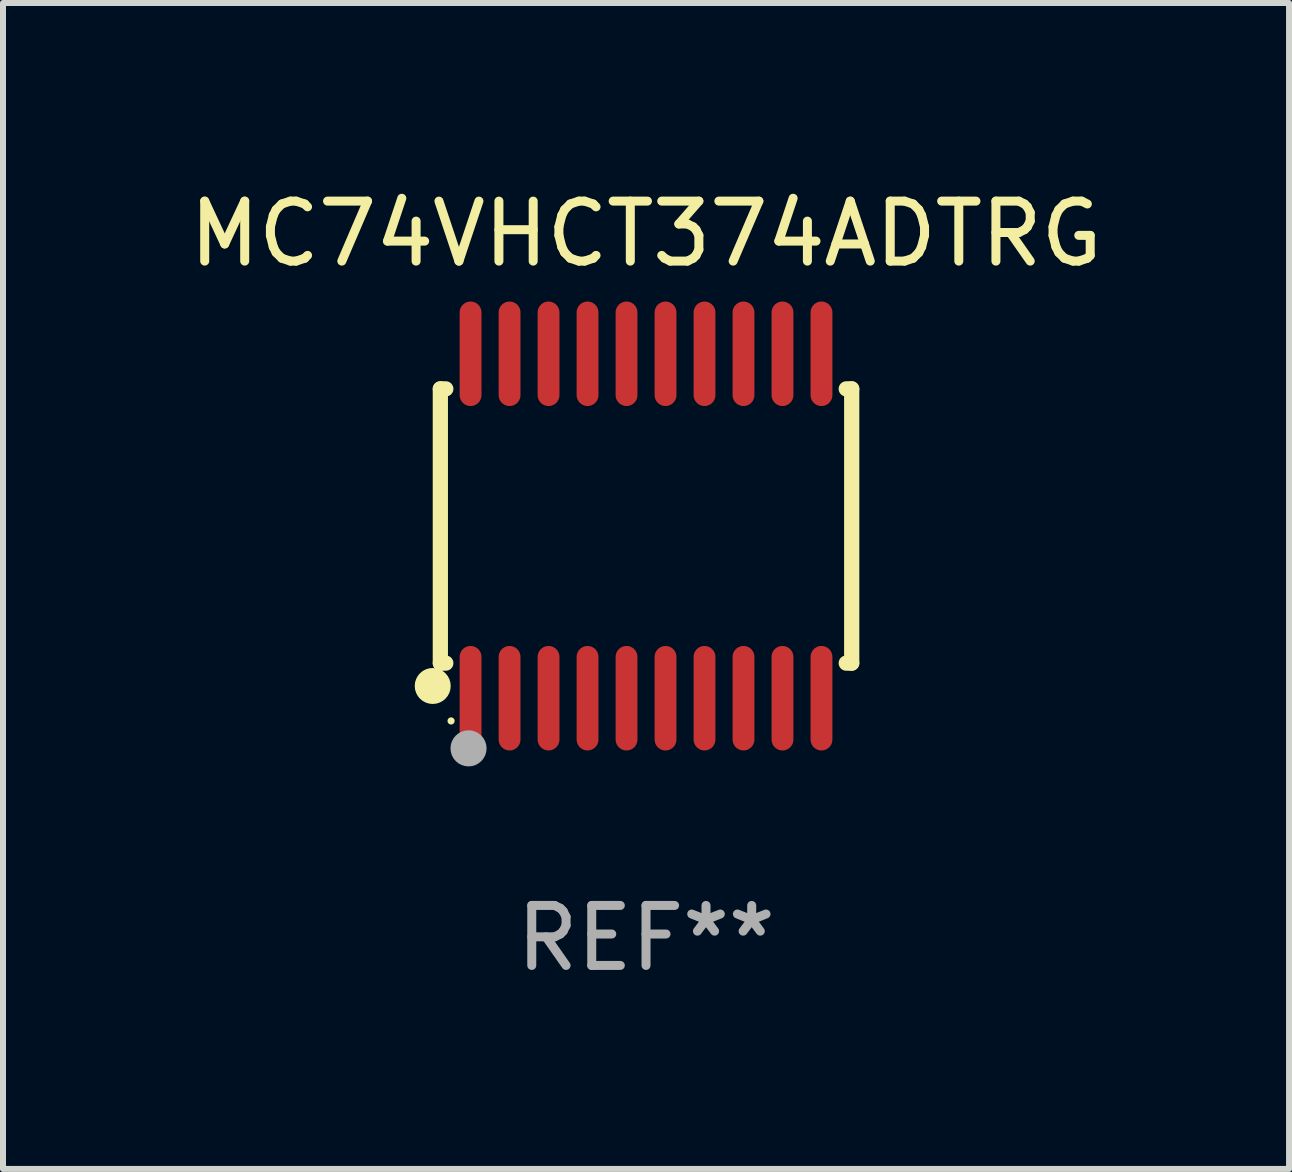
<source format=kicad_pcb>
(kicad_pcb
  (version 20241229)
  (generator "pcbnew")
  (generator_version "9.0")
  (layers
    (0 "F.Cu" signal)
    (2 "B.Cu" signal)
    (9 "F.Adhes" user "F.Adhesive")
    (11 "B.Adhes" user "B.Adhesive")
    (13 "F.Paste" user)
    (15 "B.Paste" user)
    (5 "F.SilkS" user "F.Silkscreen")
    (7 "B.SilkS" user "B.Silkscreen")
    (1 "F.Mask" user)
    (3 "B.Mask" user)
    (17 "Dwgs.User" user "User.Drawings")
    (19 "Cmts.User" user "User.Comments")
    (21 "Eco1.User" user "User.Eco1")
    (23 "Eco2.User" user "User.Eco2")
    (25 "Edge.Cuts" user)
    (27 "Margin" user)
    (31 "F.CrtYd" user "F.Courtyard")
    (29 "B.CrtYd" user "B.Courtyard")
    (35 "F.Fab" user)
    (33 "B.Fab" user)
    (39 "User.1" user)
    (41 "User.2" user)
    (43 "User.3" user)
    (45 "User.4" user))
  (footprint "MC74VHCT374ADTRG"
    (layer "F.Cu")
    (at 7.72 5.719)
    (property "Reference" "MC74VHCT374ADTRG" (at 0 -4.871 0) (layer "F.SilkS") (effects (font (size 1 1) (thickness 0.15))))
    (attr through_hole)
    (fp_line (start -3.429 -2.286) (end -3.429 2.286) (stroke (width 0.254) (type solid)) (layer "F.SilkS"))
    (fp_line (start -3.429 2.286) (end -3.338 2.286) (stroke (width 0.254) (type solid)) (layer "F.SilkS"))
    (fp_line (start -3.338 -2.286) (end -3.429 -2.286) (stroke (width 0.254) (type solid)) (layer "F.SilkS"))
    (fp_line (start 3.338 -2.286) (end 3.429 -2.286) (stroke (width 0.254) (type solid)) (layer "F.SilkS"))
    (fp_line (start 3.429 -2.286) (end 3.429 2.286) (stroke (width 0.254) (type solid)) (layer "F.SilkS"))
    (fp_line (start 3.429 2.286) (end 3.338 2.286) (stroke (width 0.254) (type solid)) (layer "F.SilkS"))
    (fp_circle (center -3.556 2.667) (end -3.406 2.667) (stroke (width 0.3) (type solid)) (fill no) (layer "F.SilkS"))
    (fp_circle (center -3.25 3.25) (end -3.22 3.25) (stroke (width 0.06) (type solid)) (fill no) (layer "F.SilkS"))
    (fp_circle (center -2.959 3.707) (end -2.808 3.707) (stroke (width 0.3) (type solid)) (fill no) (layer "F.Fab"))
    (fp_text user "REF**" (at 0 6.871 0) (layer "F.Fab") (effects (font (size 1 1) (thickness 0.15))))
    (pad "1" smd oval (at -2.925 2.871) (size 0.364 1.742) (layers "F.Cu" "F.Mask" "F.Paste"))
    (pad "2" smd oval (at -2.275 2.871) (size 0.364 1.742) (layers "F.Cu" "F.Mask" "F.Paste"))
    (pad "3" smd oval (at -1.625 2.871) (size 0.364 1.742) (layers "F.Cu" "F.Mask" "F.Paste"))
    (pad "4" smd oval (at -0.975 2.871) (size 0.364 1.742) (layers "F.Cu" "F.Mask" "F.Paste"))
    (pad "5" smd oval (at -0.325 2.871) (size 0.364 1.742) (layers "F.Cu" "F.Mask" "F.Paste"))
    (pad "6" smd oval (at 0.325 2.871) (size 0.364 1.742) (layers "F.Cu" "F.Mask" "F.Paste"))
    (pad "7" smd oval (at 0.975 2.871) (size 0.364 1.742) (layers "F.Cu" "F.Mask" "F.Paste"))
    (pad "8" smd oval (at 1.625 2.871) (size 0.364 1.742) (layers "F.Cu" "F.Mask" "F.Paste"))
    (pad "9" smd oval (at 2.275 2.871) (size 0.364 1.742) (layers "F.Cu" "F.Mask" "F.Paste"))
    (pad "10" smd oval (at 2.925 2.871) (size 0.364 1.742) (layers "F.Cu" "F.Mask" "F.Paste"))
    (pad "11" smd oval (at 2.925 -2.871) (size 0.364 1.742) (layers "F.Cu" "F.Mask" "F.Paste"))
    (pad "12" smd oval (at 2.275 -2.871) (size 0.364 1.742) (layers "F.Cu" "F.Mask" "F.Paste"))
    (pad "13" smd oval (at 1.625 -2.871) (size 0.364 1.742) (layers "F.Cu" "F.Mask" "F.Paste"))
    (pad "14" smd oval (at 0.975 -2.871) (size 0.364 1.742) (layers "F.Cu" "F.Mask" "F.Paste"))
    (pad "15" smd oval (at 0.325 -2.871) (size 0.364 1.742) (layers "F.Cu" "F.Mask" "F.Paste"))
    (pad "16" smd oval (at -0.325 -2.871) (size 0.364 1.742) (layers "F.Cu" "F.Mask" "F.Paste"))
    (pad "17" smd oval (at -0.975 -2.871) (size 0.364 1.742) (layers "F.Cu" "F.Mask" "F.Paste"))
    (pad "18" smd oval (at -1.625 -2.871) (size 0.364 1.742) (layers "F.Cu" "F.Mask" "F.Paste"))
    (pad "19" smd oval (at -2.275 -2.871) (size 0.364 1.742) (layers "F.Cu" "F.Mask" "F.Paste"))
    (pad "20" smd oval (at -2.925 -2.871) (size 0.364 1.742) (layers "F.Cu" "F.Mask" "F.Paste")))
  (gr_rect
    (start -3 -3)
    (end 18.44 16.438)
    (stroke (width 0.1) (type default))
    (fill no)
    (layer "Edge.Cuts")))
</source>
